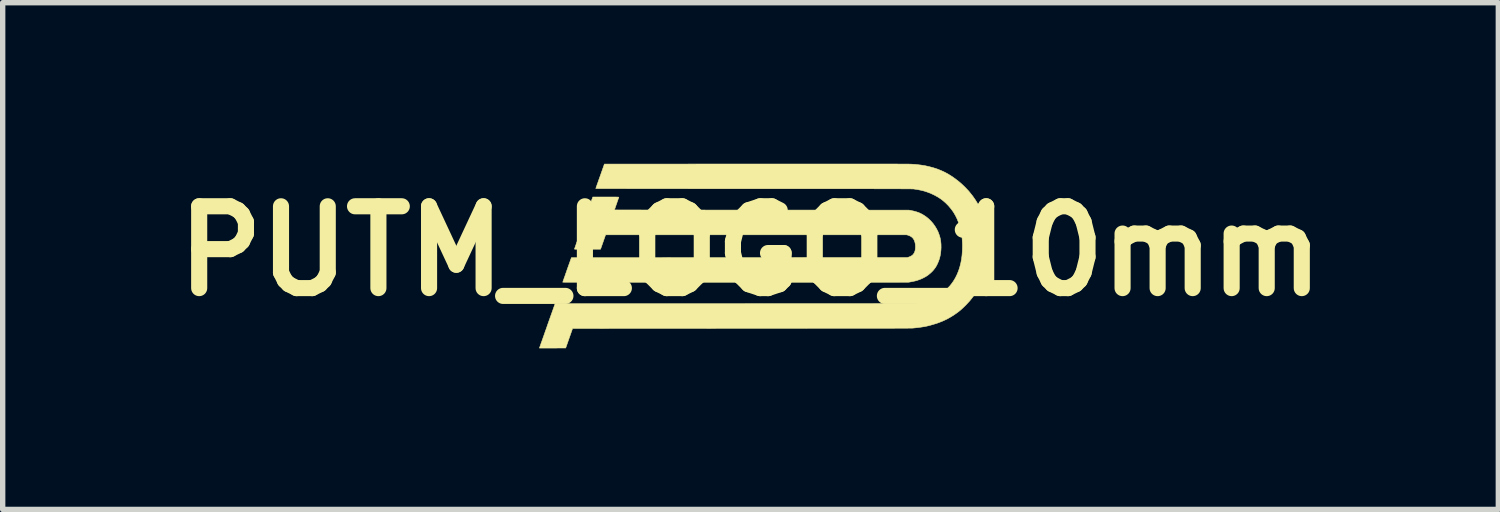
<source format=kicad_pcb>
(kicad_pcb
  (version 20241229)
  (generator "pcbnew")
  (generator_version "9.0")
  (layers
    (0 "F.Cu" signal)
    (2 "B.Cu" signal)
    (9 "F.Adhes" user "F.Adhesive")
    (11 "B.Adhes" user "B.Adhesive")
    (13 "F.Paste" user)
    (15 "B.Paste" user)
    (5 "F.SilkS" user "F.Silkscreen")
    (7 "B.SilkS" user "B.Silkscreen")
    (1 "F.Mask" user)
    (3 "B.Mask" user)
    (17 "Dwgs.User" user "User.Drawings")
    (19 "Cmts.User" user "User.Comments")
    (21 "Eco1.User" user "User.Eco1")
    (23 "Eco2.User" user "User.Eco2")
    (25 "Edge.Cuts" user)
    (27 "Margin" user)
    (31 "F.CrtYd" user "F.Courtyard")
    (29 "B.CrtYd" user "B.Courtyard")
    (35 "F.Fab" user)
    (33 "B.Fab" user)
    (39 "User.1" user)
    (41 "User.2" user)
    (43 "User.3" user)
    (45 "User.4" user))
  (footprint "PUTM_LOGO_10mm"
    (layer "F.Cu")
    (at 10.929 1.627)
    (property "Reference" "PUTM_LOGO_10mm" (at 0 0 0) (layer "F.SilkS") (effects (font (size 1.524 1.524) (thickness 0.3))))
    (attr through_hole)
    (fp_poly (pts (xy -2.649 -1.008) (xy -2.609 -1.007) (xy -2.574 -1.007) (xy -2.543 -1.007) (xy -2.518 -1.007) (xy -2.497 -1.007) (xy -2.48 -1.006) (xy -2.468 -1.006) (xy -2.459 -1.005) (xy -2.454 -1.005) (xy -2.453 -1.004) (xy -2.453 -1.001) (xy -2.456 -0.993) (xy -2.46 -0.981) (xy -2.466 -0.965) (xy -2.472 -0.946) (xy -2.48 -0.925) (xy -2.488 -0.901) (xy -2.493 -0.885) (xy -2.502 -0.861) (xy -2.51 -0.838) (xy -2.517 -0.817) (xy -2.523 -0.8) (xy -2.528 -0.785) (xy -2.532 -0.775) (xy -2.534 -0.768) (xy -2.534 -0.767) (xy -2.532 -0.767) (xy -2.523 -0.767) (xy -2.51 -0.767) (xy -2.49 -0.767) (xy -2.466 -0.766) (xy -2.437 -0.766) (xy -2.403 -0.766) (xy -2.364 -0.766) (xy -2.32 -0.766) (xy -2.272 -0.766) (xy -2.22 -0.766) (xy -2.163 -0.766) (xy -2.102 -0.766) (xy -2.037 -0.766) (xy -1.968 -0.765) (xy -1.895 -0.765) (xy -1.818 -0.765) (xy -1.738 -0.765) (xy -1.654 -0.765) (xy -1.567 -0.765) (xy -1.477 -0.765) (xy -1.384 -0.765) (xy -1.287 -0.765) (xy -1.188 -0.765) (xy -1.086 -0.765) (xy -0.982 -0.765) (xy -0.875 -0.765) (xy -0.765 -0.764) (xy -0.654 -0.764) (xy -0.54 -0.764) (xy -0.424 -0.764) (xy -0.307 -0.764) (xy -0.187 -0.764) (xy -0.066 -0.764) (xy 0.057 -0.764) (xy 0.18 -0.764) (xy 0.207 -0.764) (xy 2.948 -0.763) (xy 2.984 -0.757) (xy 3.041 -0.745) (xy 3.095 -0.73) (xy 3.145 -0.712) (xy 3.193 -0.689) (xy 3.238 -0.662) (xy 3.283 -0.63) (xy 3.319 -0.6) (xy 3.362 -0.558) (xy 3.401 -0.513) (xy 3.436 -0.464) (xy 3.467 -0.413) (xy 3.494 -0.359) (xy 3.515 -0.303) (xy 3.532 -0.247) (xy 3.543 -0.189) (xy 3.549 -0.129) (xy 3.55 -0.067) (xy 3.548 -0.023) (xy 3.542 0.034) (xy 3.533 0.088) (xy 3.521 0.137) (xy 3.505 0.184) (xy 3.486 0.229) (xy 3.485 0.231) (xy 3.468 0.266) (xy 3.45 0.297) (xy 3.431 0.324) (xy 3.41 0.351) (xy 3.386 0.377) (xy 3.383 0.381) (xy 3.345 0.416) (xy 3.306 0.448) (xy 3.263 0.476) (xy 3.216 0.501) (xy 3.216 0.501) (xy 3.18 0.518) (xy 3.144 0.532) (xy 3.107 0.545) (xy 3.068 0.556) (xy 3.025 0.565) (xy 2.98 0.574) (xy 2.945 0.58) (xy -0.276 0.581) (xy -0.411 0.581) (xy -0.544 0.581) (xy -0.676 0.581) (xy -0.806 0.581) (xy -0.935 0.581) (xy -1.062 0.581) (xy -1.187 0.581) (xy -1.309 0.581) (xy -1.43 0.581) (xy -1.548 0.581) (xy -1.665 0.581) (xy -1.778 0.581) (xy -1.889 0.581) (xy -1.997 0.581) (xy -2.103 0.581) (xy -2.205 0.581) (xy -2.305 0.581) (xy -2.401 0.581) (xy -2.494 0.581) (xy -2.584 0.581) (xy -2.67 0.58) (xy -2.752 0.58) (xy -2.831 0.58) (xy -2.906 0.58) (xy -2.977 0.58) (xy -3.045 0.58) (xy -3.107 0.58) (xy -3.166 0.58) (xy -3.22 0.58) (xy -3.27 0.58) (xy -3.315 0.58) (xy -3.355 0.58) (xy -3.391 0.58) (xy -3.422 0.58) (xy -3.447 0.58) (xy -3.468 0.58) (xy -3.483 0.579) (xy -3.492 0.579) (xy -3.497 0.579) (xy -3.497 0.579) (xy -3.496 0.576) (xy -3.493 0.568) (xy -3.489 0.556) (xy -3.483 0.54) (xy -3.476 0.519) (xy -3.468 0.496) (xy -3.458 0.469) (xy -3.448 0.44) (xy -3.437 0.408) (xy -3.425 0.375) (xy -3.417 0.35) (xy -3.336 0.123) (xy -0.208 0.121) (xy 2.92 0.12) (xy 2.941 0.114) (xy 2.972 0.103) (xy 2.998 0.089) (xy 3.021 0.072) (xy 3.039 0.051) (xy 3.053 0.027) (xy 3.064 -0.001) (xy 3.07 -0.032) (xy 3.073 -0.068) (xy 3.073 -0.099) (xy 3.069 -0.137) (xy 3.061 -0.172) (xy 3.049 -0.203) (xy 3.034 -0.23) (xy 3.014 -0.253) (xy 2.99 -0.271) (xy 2.962 -0.286) (xy 2.932 -0.297) (xy 2.908 -0.303) (xy -2.699 -0.303) (xy -2.746 -0.169) (xy -2.793 -0.035) (xy -3.036 -0.035) (xy -3.081 -0.034) (xy -3.121 -0.034) (xy -3.157 -0.034) (xy -3.189 -0.035) (xy -3.216 -0.035) (xy -3.239 -0.035) (xy -3.257 -0.035) (xy -3.27 -0.036) (xy -3.277 -0.036) (xy -3.279 -0.037) (xy -3.278 -0.039) (xy -3.276 -0.047) (xy -3.271 -0.06) (xy -3.265 -0.077) (xy -3.258 -0.099) (xy -3.249 -0.124) (xy -3.239 -0.153) (xy -3.227 -0.186) (xy -3.215 -0.222) (xy -3.201 -0.261) (xy -3.187 -0.302) (xy -3.171 -0.345) (xy -3.155 -0.391) (xy -3.138 -0.439) (xy -3.121 -0.488) (xy -3.113 -0.511) (xy -3.095 -0.561) (xy -3.078 -0.61) (xy -3.061 -0.657) (xy -3.045 -0.702) (xy -3.03 -0.745) (xy -3.016 -0.785) (xy -3.002 -0.823) (xy -2.99 -0.858) (xy -2.979 -0.889) (xy -2.969 -0.917) (xy -2.961 -0.942) (xy -2.954 -0.962) (xy -2.948 -0.977) (xy -2.944 -0.988) (xy -2.942 -0.994) (xy -2.942 -0.996) (xy -2.937 -1.008) (xy -2.695 -1.008) (xy -2.649 -1.008)) (stroke (width 0.01) (type solid)) (fill yes) (layer "F.SilkS"))
    (fp_poly (pts (xy 1.405 -1.622) (xy 1.523 -1.622) (xy 1.637 -1.622) (xy 1.746 -1.622) (xy 1.849 -1.622) (xy 1.948 -1.622) (xy 2.042 -1.622) (xy 2.131 -1.622) (xy 2.215 -1.622) (xy 2.295 -1.622) (xy 2.369 -1.622) (xy 2.44 -1.622) (xy 2.505 -1.622) (xy 2.567 -1.622) (xy 2.623 -1.622) (xy 2.676 -1.622) (xy 2.724 -1.622) (xy 2.768 -1.621) (xy 2.807 -1.621) (xy 2.843 -1.621) (xy 2.874 -1.621) (xy 2.901 -1.621) (xy 2.925 -1.621) (xy 2.944 -1.621) (xy 2.959 -1.62) (xy 2.971 -1.62) (xy 2.979 -1.62) (xy 2.982 -1.62) (xy 3.075 -1.614) (xy 3.163 -1.604) (xy 3.248 -1.591) (xy 3.329 -1.573) (xy 3.407 -1.552) (xy 3.483 -1.527) (xy 3.555 -1.498) (xy 3.626 -1.465) (xy 3.694 -1.427) (xy 3.762 -1.384) (xy 3.827 -1.337) (xy 3.893 -1.285) (xy 3.93 -1.253) (xy 3.948 -1.236) (xy 3.969 -1.216) (xy 3.992 -1.194) (xy 4.015 -1.17) (xy 4.037 -1.147) (xy 4.058 -1.125) (xy 4.075 -1.105) (xy 4.083 -1.095) (xy 4.141 -1.022) (xy 4.193 -0.947) (xy 4.241 -0.868) (xy 4.283 -0.787) (xy 4.321 -0.704) (xy 4.354 -0.618) (xy 4.381 -0.531) (xy 4.404 -0.441) (xy 4.421 -0.35) (xy 4.433 -0.257) (xy 4.44 -0.163) (xy 4.441 -0.067) (xy 4.438 0.03) (xy 4.435 0.064) (xy 4.424 0.16) (xy 4.408 0.253) (xy 4.387 0.344) (xy 4.36 0.433) (xy 4.328 0.52) (xy 4.291 0.604) (xy 4.273 0.642) (xy 4.231 0.719) (xy 4.185 0.793) (xy 4.135 0.863) (xy 4.081 0.93) (xy 4.021 0.995) (xy 3.997 1.019) (xy 3.963 1.052) (xy 3.932 1.081) (xy 3.901 1.108) (xy 3.869 1.133) (xy 3.835 1.158) (xy 3.799 1.183) (xy 3.789 1.19) (xy 3.724 1.23) (xy 3.66 1.266) (xy 3.594 1.297) (xy 3.526 1.325) (xy 3.469 1.346) (xy 3.422 1.36) (xy 3.378 1.373) (xy 3.336 1.385) (xy 3.295 1.395) (xy 3.254 1.404) (xy 3.211 1.411) (xy 3.166 1.418) (xy 3.118 1.424) (xy 3.067 1.43) (xy 3.024 1.434) (xy 3.021 1.434) (xy 3.015 1.435) (xy 3.007 1.435) (xy 2.996 1.435) (xy 2.982 1.435) (xy 2.966 1.435) (xy 2.947 1.435) (xy 2.925 1.436) (xy 2.9 1.436) (xy 2.871 1.436) (xy 2.84 1.436) (xy 2.805 1.436) (xy 2.767 1.436) (xy 2.726 1.436) (xy 2.681 1.437) (xy 2.633 1.437) (xy 2.581 1.437) (xy 2.525 1.437) (xy 2.465 1.437) (xy 2.402 1.437) (xy 2.335 1.437) (xy 2.263 1.437) (xy 2.188 1.437) (xy 2.108 1.438) (xy 2.025 1.438) (xy 1.937 1.438) (xy 1.844 1.438) (xy 1.747 1.438) (xy 1.645 1.438) (xy 1.539 1.438) (xy 1.428 1.438) (xy 1.313 1.438) (xy 1.192 1.438) (xy 1.067 1.438) (xy 0.936 1.439) (xy 0.801 1.439) (xy 0.66 1.439) (xy 0.514 1.439) (xy 0.363 1.439) (xy 0.206 1.439) (xy 0.044 1.439) (xy -0.124 1.439) (xy -0.163 1.439) (xy -3.314 1.441) (xy -3.378 1.623) (xy -3.442 1.805) (xy -3.687 1.806) (xy -3.931 1.806) (xy -3.921 1.776) (xy -3.918 1.77) (xy -3.914 1.758) (xy -3.909 1.743) (xy -3.902 1.722) (xy -3.893 1.698) (xy -3.883 1.67) (xy -3.872 1.639) (xy -3.86 1.605) (xy -3.847 1.568) (xy -3.833 1.528) (xy -3.819 1.487) (xy -3.803 1.444) (xy -3.788 1.4) (xy -3.775 1.362) (xy -3.639 0.979) (xy -0.309 0.979) (xy -0.144 0.979) (xy 0.016 0.978) (xy 0.171 0.978) (xy 0.32 0.978) (xy 0.464 0.978) (xy 0.602 0.978) (xy 0.736 0.978) (xy 0.865 0.978) (xy 0.988 0.978) (xy 1.107 0.978) (xy 1.222 0.978) (xy 1.331 0.978) (xy 1.437 0.978) (xy 1.537 0.978) (xy 1.634 0.978) (xy 1.726 0.978) (xy 1.814 0.978) (xy 1.899 0.978) (xy 1.979 0.978) (xy 2.055 0.978) (xy 2.128 0.978) (xy 2.197 0.978) (xy 2.262 0.978) (xy 2.325 0.977) (xy 2.383 0.977) (xy 2.439 0.977) (xy 2.491 0.977) (xy 2.54 0.977) (xy 2.587 0.977) (xy 2.63 0.977) (xy 2.671 0.977) (xy 2.709 0.977) (xy 2.744 0.977) (xy 2.777 0.977) (xy 2.807 0.976) (xy 2.836 0.976) (xy 2.862 0.976) (xy 2.885 0.976) (xy 2.907 0.976) (xy 2.927 0.976) (xy 2.945 0.976) (xy 2.962 0.976) (xy 2.977 0.975) (xy 2.99 0.975) (xy 3.002 0.975) (xy 3.012 0.975) (xy 3.022 0.975) (xy 3.03 0.975) (xy 3.037 0.974) (xy 3.043 0.974) (xy 3.048 0.974) (xy 3.053 0.974) (xy 3.056 0.974) (xy 3.06 0.973) (xy 3.062 0.973) (xy 3.065 0.973) (xy 3.065 0.973) (xy 3.109 0.967) (xy 3.148 0.961) (xy 3.185 0.954) (xy 3.22 0.946) (xy 3.255 0.937) (xy 3.26 0.935) (xy 3.33 0.911) (xy 3.397 0.884) (xy 3.46 0.852) (xy 3.519 0.817) (xy 3.575 0.777) (xy 3.629 0.732) (xy 3.668 0.696) (xy 3.689 0.674) (xy 3.708 0.655) (xy 3.724 0.636) (xy 3.738 0.618) (xy 3.753 0.599) (xy 3.768 0.577) (xy 3.779 0.562) (xy 3.815 0.502) (xy 3.846 0.44) (xy 3.874 0.373) (xy 3.897 0.303) (xy 3.916 0.23) (xy 3.931 0.154) (xy 3.941 0.074) (xy 3.947 -0.009) (xy 3.949 -0.094) (xy 3.948 -0.145) (xy 3.943 -0.228) (xy 3.933 -0.308) (xy 3.918 -0.386) (xy 3.9 -0.46) (xy 3.876 -0.531) (xy 3.849 -0.599) (xy 3.817 -0.664) (xy 3.781 -0.725) (xy 3.74 -0.782) (xy 3.695 -0.836) (xy 3.673 -0.86) (xy 3.628 -0.904) (xy 3.581 -0.944) (xy 3.531 -0.981) (xy 3.478 -1.014) (xy 3.421 -1.045) (xy 3.411 -1.05) (xy 3.353 -1.077) (xy 3.294 -1.099) (xy 3.234 -1.119) (xy 3.172 -1.134) (xy 3.107 -1.147) (xy 3.038 -1.157) (xy 3.035 -1.158) (xy 3.033 -1.158) (xy 3.027 -1.158) (xy 3.02 -1.158) (xy 3.01 -1.158) (xy 2.997 -1.158) (xy 2.981 -1.159) (xy 2.963 -1.159) (xy 2.942 -1.159) (xy 2.918 -1.159) (xy 2.89 -1.159) (xy 2.86 -1.159) (xy 2.827 -1.159) (xy 2.79 -1.16) (xy 2.75 -1.16) (xy 2.706 -1.16) (xy 2.659 -1.16) (xy 2.608 -1.16) (xy 2.554 -1.16) (xy 2.496 -1.16) (xy 2.434 -1.16) (xy 2.368 -1.16) (xy 2.298 -1.161) (xy 2.224 -1.161) (xy 2.146 -1.161) (xy 2.063 -1.161) (xy 1.977 -1.161) (xy 1.885 -1.161) (xy 1.79 -1.161) (xy 1.689 -1.161) (xy 1.584 -1.161) (xy 1.475 -1.161) (xy 1.36 -1.161) (xy 1.241 -1.161) (xy 1.117 -1.161) (xy 0.987 -1.162) (xy 0.853 -1.162) (xy 0.713 -1.162) (xy 0.568 -1.162) (xy 0.417 -1.162) (xy 0.262 -1.162) (xy 0.1 -1.162) (xy 0.063 -1.162) (xy -0.066 -1.162) (xy -0.193 -1.162) (xy -0.319 -1.162) (xy -0.444 -1.162) (xy -0.566 -1.162) (xy -0.687 -1.162) (xy -0.806 -1.162) (xy -0.923 -1.162) (xy -1.037 -1.162) (xy -1.149 -1.162) (xy -1.259 -1.163) (xy -1.367 -1.163) (xy -1.471 -1.163) (xy -1.573 -1.163) (xy -1.672 -1.163) (xy -1.768 -1.163) (xy -1.861 -1.163) (xy -1.95 -1.163) (xy -2.037 -1.163) (xy -2.119 -1.163) (xy -2.199 -1.163) (xy -2.274 -1.163) (xy -2.346 -1.164) (xy -2.413 -1.164) (xy -2.477 -1.164) (xy -2.536 -1.164) (xy -2.591 -1.164) (xy -2.642 -1.164) (xy -2.688 -1.164) (xy -2.73 -1.164) (xy -2.767 -1.164) (xy -2.799 -1.164) (xy -2.825 -1.164) (xy -2.847 -1.165) (xy -2.864 -1.165) (xy -2.875 -1.165) (xy -2.881 -1.165) (xy -2.881 -1.165) (xy -2.881 -1.168) (xy -2.878 -1.176) (xy -2.874 -1.188) (xy -2.868 -1.205) (xy -2.861 -1.225) (xy -2.853 -1.249) (xy -2.843 -1.275) (xy -2.833 -1.304) (xy -2.822 -1.336) (xy -2.81 -1.369) (xy -2.801 -1.394) (xy -2.721 -1.621) (xy 0.098 -1.622) (xy 0.265 -1.622) (xy 0.426 -1.622) (xy 0.582 -1.622) (xy 0.733 -1.622) (xy 0.878 -1.622) (xy 1.017 -1.622) (xy 1.152 -1.622) (xy 1.281 -1.622) (xy 1.405 -1.622)) (stroke (width 0.01) (type solid)) (fill yes) (layer "F.SilkS")))
  (gr_rect
    (start -3 -3)
    (end 24.859 6.439)
    (stroke (width 0.1) (type default))
    (fill no)
    (layer "Edge.Cuts")))
</source>
